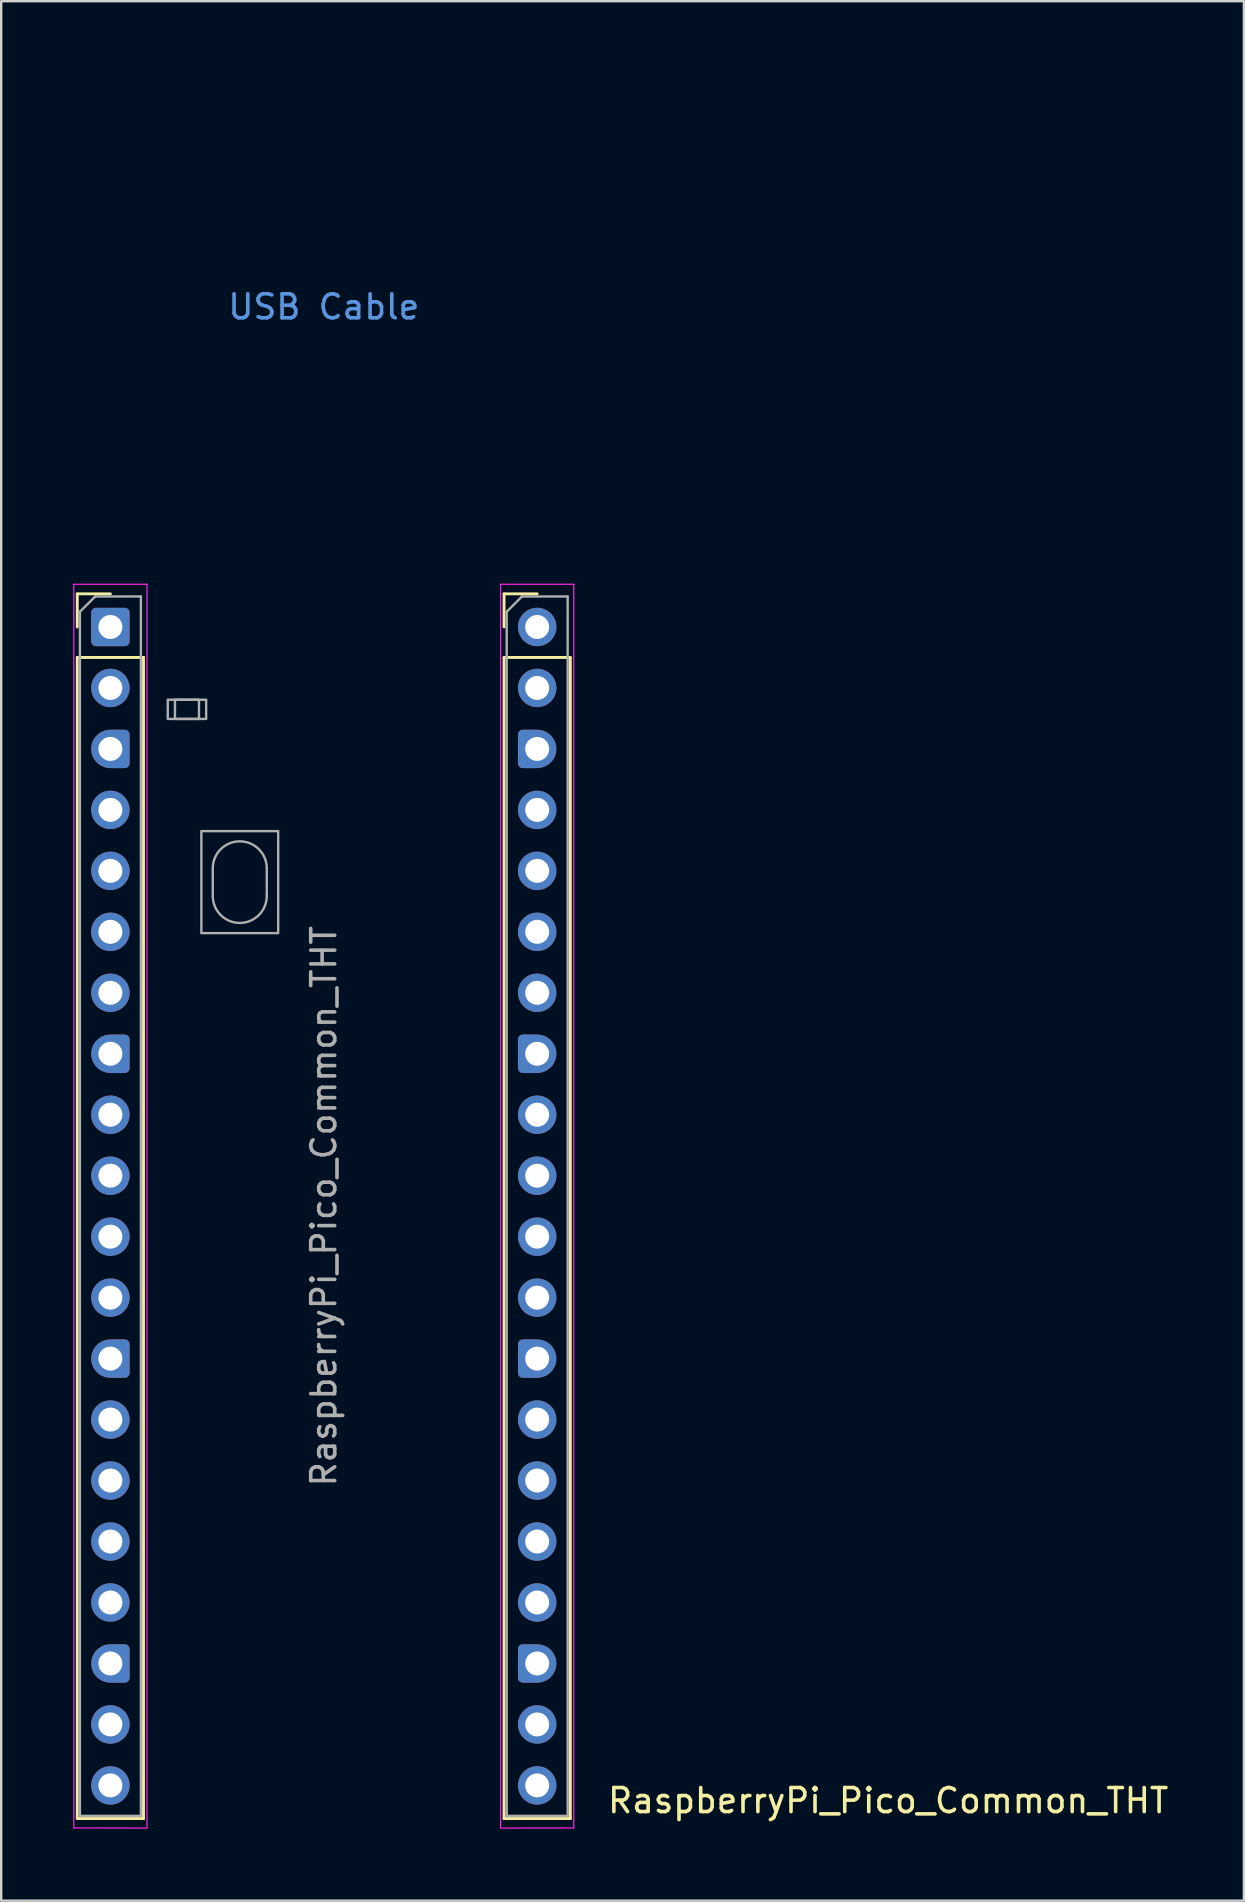
<source format=kicad_pcb>
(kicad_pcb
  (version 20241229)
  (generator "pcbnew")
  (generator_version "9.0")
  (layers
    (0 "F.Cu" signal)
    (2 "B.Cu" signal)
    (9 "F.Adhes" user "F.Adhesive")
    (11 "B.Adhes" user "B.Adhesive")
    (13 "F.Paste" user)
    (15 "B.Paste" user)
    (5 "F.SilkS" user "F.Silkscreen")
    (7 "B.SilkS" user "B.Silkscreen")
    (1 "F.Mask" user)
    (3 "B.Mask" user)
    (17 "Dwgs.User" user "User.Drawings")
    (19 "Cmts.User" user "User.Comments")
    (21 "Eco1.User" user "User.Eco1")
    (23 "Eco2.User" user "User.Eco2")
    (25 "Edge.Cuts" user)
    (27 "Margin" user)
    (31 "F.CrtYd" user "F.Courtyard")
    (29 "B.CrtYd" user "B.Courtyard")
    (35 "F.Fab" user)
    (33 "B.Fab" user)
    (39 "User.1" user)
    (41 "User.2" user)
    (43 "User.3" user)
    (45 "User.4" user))
  (footprint "RaspberryPi_Pico_Common_THT"
    (layer "F.Cu")
    (at 1.549 23.07)
    (property "Reference" "RaspberryPi_Pico_Common_THT" (at 20.637 48.895 0) (unlocked yes) (layer "F.SilkS") (effects (font (size 1 1) (thickness 0.15)) (justify left)))
    (attr through_hole exclude_from_pos_files exclude_from_bom)
    (fp_line (start -1.38 -1.38) (end 0 -1.38) (stroke (width 0.12) (type solid)) (layer "F.SilkS"))
    (fp_line (start -1.38 0) (end -1.38 -1.38) (stroke (width 0.12) (type solid)) (layer "F.SilkS"))
    (fp_line (start -1.38 1.27) (end -1.38 49.64) (stroke (width 0.12) (type solid)) (layer "F.SilkS"))
    (fp_line (start -1.38 1.27) (end 1.38 1.27) (stroke (width 0.12) (type solid)) (layer "F.SilkS"))
    (fp_line (start -1.38 49.64) (end 1.38 49.64) (stroke (width 0.12) (type solid)) (layer "F.SilkS"))
    (fp_line (start 1.38 1.27) (end 1.38 49.64) (stroke (width 0.12) (type solid)) (layer "F.SilkS"))
    (fp_line (start 16.4 -1.38) (end 17.78 -1.38) (stroke (width 0.12) (type solid)) (layer "F.SilkS"))
    (fp_line (start 16.4 0) (end 16.4 -1.38) (stroke (width 0.12) (type solid)) (layer "F.SilkS"))
    (fp_line (start 16.4 1.27) (end 16.4 49.64) (stroke (width 0.12) (type solid)) (layer "F.SilkS"))
    (fp_line (start 16.4 1.27) (end 19.16 1.27) (stroke (width 0.12) (type solid)) (layer "F.SilkS"))
    (fp_line (start 16.4 49.64) (end 19.16 49.64) (stroke (width 0.12) (type solid)) (layer "F.SilkS"))
    (fp_line (start 19.16 1.27) (end 19.16 49.64) (stroke (width 0.12) (type solid)) (layer "F.SilkS"))
    (fp_line (start -1.524 -1.778) (end -1.524 50.032) (stroke (width 0.05) (type solid)) (layer "F.CrtYd"))
    (fp_line (start -1.524 50.03) (end 1.524 50.038) (stroke (width 0.05) (type solid)) (layer "F.CrtYd"))
    (fp_line (start 1.524 -1.78) (end -1.524 -1.78) (stroke (width 0.05) (type solid)) (layer "F.CrtYd"))
    (fp_line (start 1.524 50.03) (end 1.524 -1.78) (stroke (width 0.05) (type solid)) (layer "F.CrtYd"))
    (fp_line (start 16.256 -1.78) (end 16.256 50.03) (stroke (width 0.05) (type solid)) (layer "F.CrtYd"))
    (fp_line (start 16.256 50.038) (end 19.304 50.032) (stroke (width 0.05) (type solid)) (layer "F.CrtYd"))
    (fp_line (start 19.304 -1.78) (end 16.256 -1.78) (stroke (width 0.05) (type solid)) (layer "F.CrtYd"))
    (fp_line (start 19.304 50.032) (end 19.304 -1.778) (stroke (width 0.05) (type solid)) (layer "F.CrtYd"))
    (fp_line (start -1.27 -0.635) (end -0.635 -1.27) (stroke (width 0.1) (type solid)) (layer "F.Fab"))
    (fp_line (start -1.27 49.53) (end -1.27 -0.635) (stroke (width 0.1) (type solid)) (layer "F.Fab"))
    (fp_line (start -0.635 -1.27) (end 1.27 -1.27) (stroke (width 0.1) (type solid)) (layer "F.Fab"))
    (fp_line (start 1.27 -1.27) (end 1.27 49.53) (stroke (width 0.1) (type solid)) (layer "F.Fab"))
    (fp_line (start 1.27 49.53) (end -1.27 49.53) (stroke (width 0.1) (type solid)) (layer "F.Fab"))
    (fp_line (start 4.265 10.055) (end 4.265 11.205) (stroke (width 0.1) (type solid)) (layer "F.Fab"))
    (fp_line (start 6.515 10.055) (end 6.515 11.205) (stroke (width 0.1) (type solid)) (layer "F.Fab"))
    (fp_line (start 16.51 -0.635) (end 17.145 -1.27) (stroke (width 0.1) (type solid)) (layer "F.Fab"))
    (fp_line (start 16.51 49.53) (end 16.51 -0.635) (stroke (width 0.1) (type solid)) (layer "F.Fab"))
    (fp_line (start 17.145 -1.27) (end 19.05 -1.27) (stroke (width 0.1) (type solid)) (layer "F.Fab"))
    (fp_line (start 19.05 -1.27) (end 19.05 49.53) (stroke (width 0.1) (type solid)) (layer "F.Fab"))
    (fp_line (start 19.05 49.53) (end 16.51 49.53) (stroke (width 0.1) (type solid)) (layer "F.Fab"))
    (fp_rect (start 2.39 3.03) (end 3.99 3.83) (stroke (width 0.1) (type solid)) (fill no) (layer "F.Fab"))
    (fp_rect (start 2.69 3.03) (end 3.69 3.83) (stroke (width 0.1) (type solid)) (fill no) (layer "F.Fab"))
    (fp_rect (start 3.79 8.505) (end 6.99 12.755) (stroke (width 0.1) (type solid)) (fill no) (layer "F.Fab"))
    (fp_arc (start 4.265 10.055) (mid 5.39 8.93) (end 6.515 10.055) (stroke (width 0.1) (type solid)) (layer "F.Fab"))
    (fp_arc (start 6.515 11.205) (mid 5.39 12.33) (end 4.265 11.205) (stroke (width 0.1) (type solid)) (layer "F.Fab"))
    (fp_text user "USB Cable" (at 8.89 -13.335 0) (unlocked yes) (layer "Cmts.User") (effects (font (size 1 1) (thickness 0.15))))
    (fp_text user "${REFERENCE}" (at 8.89 24.13 270) (layer "F.Fab") (effects (font (size 1 1) (thickness 0.15))))
    (pad "1" thru_hole roundrect (at 0 0) (size 1.6 1.6) (drill 1) (layers "*.Cu" "*.Mask") (roundrect_rratio 0.125))
    (pad "2" thru_hole circle (at 0 2.54) (size 1.6 1.6) (drill 1) (layers "*.Cu" "*.Mask"))
    (pad "3" thru_hole custom (at 0 5.08) (size 1.6 1.6) (drill 1) (layers "*.Cu" "*.Mask") (options (anchor circle)) (primitives (gr_poly (pts (xy 0.8 0.6) (xy 0.8 -0.6) (xy 0.6 -0.8) (xy 0 -0.8) (xy 0 0.8) (xy 0.6 0.8)) (width 0) (fill yes)) (gr_circle (center 0.6 0.6) (end 0.8 0.6) (width 0) (fill yes)) (gr_circle (center 0.6 -0.6) (end 0.8 -0.6) (width 0) (fill yes))))
    (pad "4" thru_hole circle (at 0 7.62) (size 1.6 1.6) (drill 1) (layers "*.Cu" "*.Mask"))
    (pad "5" thru_hole circle (at 0 10.16) (size 1.6 1.6) (drill 1) (layers "*.Cu" "*.Mask"))
    (pad "6" thru_hole circle (at 0 12.7) (size 1.6 1.6) (drill 1) (layers "*.Cu" "*.Mask"))
    (pad "7" thru_hole circle (at 0 15.24) (size 1.6 1.6) (drill 1) (layers "*.Cu" "*.Mask"))
    (pad "8" thru_hole custom (at 0 17.78) (size 1.6 1.6) (drill 1) (layers "*.Cu" "*.Mask") (options (anchor circle)) (primitives (gr_poly (pts (xy 0.8 0.6) (xy 0.8 -0.6) (xy 0.6 -0.8) (xy 0 -0.8) (xy 0 0.8) (xy 0.6 0.8)) (width 0) (fill yes)) (gr_circle (center 0.6 0.6) (end 0.8 0.6) (width 0) (fill yes)) (gr_circle (center 0.6 -0.6) (end 0.8 -0.6) (width 0) (fill yes))))
    (pad "9" thru_hole circle (at 0 20.32) (size 1.6 1.6) (drill 1) (layers "*.Cu" "*.Mask"))
    (pad "10" thru_hole circle (at 0 22.86) (size 1.6 1.6) (drill 1) (layers "*.Cu" "*.Mask"))
    (pad "11" thru_hole circle (at 0 25.4) (size 1.6 1.6) (drill 1) (layers "*.Cu" "*.Mask"))
    (pad "12" thru_hole circle (at 0 27.94) (size 1.6 1.6) (drill 1) (layers "*.Cu" "*.Mask"))
    (pad "13" thru_hole custom (at 0 30.48) (size 1.6 1.6) (drill 1) (layers "*.Cu" "*.Mask") (options (anchor circle)) (primitives (gr_poly (pts (xy 0.8 0.6) (xy 0.8 -0.6) (xy 0.6 -0.8) (xy 0 -0.8) (xy 0 0.8) (xy 0.6 0.8)) (width 0) (fill yes)) (gr_circle (center 0.6 0.6) (end 0.8 0.6) (width 0) (fill yes)) (gr_circle (center 0.6 -0.6) (end 0.8 -0.6) (width 0) (fill yes))))
    (pad "14" thru_hole circle (at 0 33.02) (size 1.6 1.6) (drill 1) (layers "*.Cu" "*.Mask"))
    (pad "15" thru_hole circle (at 0 35.56) (size 1.6 1.6) (drill 1) (layers "*.Cu" "*.Mask"))
    (pad "16" thru_hole circle (at 0 38.1) (size 1.6 1.6) (drill 1) (layers "*.Cu" "*.Mask"))
    (pad "17" thru_hole circle (at 0 40.64) (size 1.6 1.6) (drill 1) (layers "*.Cu" "*.Mask"))
    (pad "18" thru_hole custom (at 0 43.18) (size 1.6 1.6) (drill 1) (layers "*.Cu" "*.Mask") (options (anchor circle)) (primitives (gr_poly (pts (xy 0.8 0.6) (xy 0.8 -0.6) (xy 0.6 -0.8) (xy 0 -0.8) (xy 0 0.8) (xy 0.6 0.8)) (width 0) (fill yes)) (gr_circle (center 0.6 0.6) (end 0.8 0.6) (width 0) (fill yes)) (gr_circle (center 0.6 -0.6) (end 0.8 -0.6) (width 0) (fill yes))))
    (pad "19" thru_hole circle (at 0 45.72) (size 1.6 1.6) (drill 1) (layers "*.Cu" "*.Mask"))
    (pad "20" thru_hole circle (at 0 48.26) (size 1.6 1.6) (drill 1) (layers "*.Cu" "*.Mask"))
    (pad "21" thru_hole circle (at 17.78 48.26) (size 1.6 1.6) (drill 1) (layers "*.Cu" "*.Mask"))
    (pad "22" thru_hole circle (at 17.78 45.72) (size 1.6 1.6) (drill 1) (layers "*.Cu" "*.Mask"))
    (pad "23" thru_hole custom (at 17.78 43.18) (size 1.6 1.6) (drill 1) (layers "*.Cu" "*.Mask") (options (anchor circle)) (primitives (gr_poly (pts (xy -0.8 0.6) (xy -0.8 -0.6) (xy -0.6 -0.8) (xy 0 -0.8) (xy 0 0.8) (xy -0.6 0.8)) (width 0) (fill yes)) (gr_circle (center -0.6 0.6) (end -0.4 0.6) (width 0) (fill yes)) (gr_circle (center -0.6 -0.6) (end -0.4 -0.6) (width 0) (fill yes))))
    (pad "24" thru_hole circle (at 17.78 40.64) (size 1.6 1.6) (drill 1) (layers "*.Cu" "*.Mask"))
    (pad "25" thru_hole circle (at 17.78 38.1) (size 1.6 1.6) (drill 1) (layers "*.Cu" "*.Mask"))
    (pad "26" thru_hole circle (at 17.78 35.56) (size 1.6 1.6) (drill 1) (layers "*.Cu" "*.Mask"))
    (pad "27" thru_hole circle (at 17.78 33.02) (size 1.6 1.6) (drill 1) (layers "*.Cu" "*.Mask"))
    (pad "28" thru_hole custom (at 17.78 30.48) (size 1.6 1.6) (drill 1) (layers "*.Cu" "*.Mask") (options (anchor circle)) (primitives (gr_poly (pts (xy -0.8 0.6) (xy -0.8 -0.6) (xy -0.6 -0.8) (xy 0 -0.8) (xy 0 0.8) (xy -0.6 0.8)) (width 0) (fill yes)) (gr_circle (center -0.6 0.6) (end -0.4 0.6) (width 0) (fill yes)) (gr_circle (center -0.6 -0.6) (end -0.4 -0.6) (width 0) (fill yes))))
    (pad "29" thru_hole circle (at 17.78 27.94) (size 1.6 1.6) (drill 1) (layers "*.Cu" "*.Mask"))
    (pad "30" thru_hole circle (at 17.78 25.4) (size 1.6 1.6) (drill 1) (layers "*.Cu" "*.Mask"))
    (pad "31" thru_hole circle (at 17.78 22.86) (size 1.6 1.6) (drill 1) (layers "*.Cu" "*.Mask"))
    (pad "32" thru_hole circle (at 17.78 20.32) (size 1.6 1.6) (drill 1) (layers "*.Cu" "*.Mask"))
    (pad "33" thru_hole custom (at 17.78 17.78) (size 1.6 1.6) (drill 1) (layers "*.Cu" "*.Mask") (options (anchor circle)) (primitives (gr_poly (pts (xy -0.8 0.6) (xy -0.8 -0.6) (xy -0.6 -0.8) (xy 0 -0.8) (xy 0 0.8) (xy -0.6 0.8)) (width 0) (fill yes)) (gr_circle (center -0.6 0.6) (end -0.4 0.6) (width 0) (fill yes)) (gr_circle (center -0.6 -0.6) (end -0.4 -0.6) (width 0) (fill yes))))
    (pad "34" thru_hole circle (at 17.78 15.24) (size 1.6 1.6) (drill 1) (layers "*.Cu" "*.Mask"))
    (pad "35" thru_hole circle (at 17.78 12.7) (size 1.6 1.6) (drill 1) (layers "*.Cu" "*.Mask"))
    (pad "36" thru_hole circle (at 17.78 10.16) (size 1.6 1.6) (drill 1) (layers "*.Cu" "*.Mask"))
    (pad "37" thru_hole circle (at 17.78 7.62) (size 1.6 1.6) (drill 1) (layers "*.Cu" "*.Mask"))
    (pad "38" thru_hole custom (at 17.78 5.08) (size 1.6 1.6) (drill 1) (layers "*.Cu" "*.Mask") (options (anchor circle)) (primitives (gr_poly (pts (xy -0.8 0.6) (xy -0.8 -0.6) (xy -0.6 -0.8) (xy 0 -0.8) (xy 0 0.8) (xy -0.6 0.8)) (width 0) (fill yes)) (gr_circle (center -0.6 0.6) (end -0.4 0.6) (width 0) (fill yes)) (gr_circle (center -0.6 -0.6) (end -0.4 -0.6) (width 0) (fill yes))))
    (pad "39" thru_hole circle (at 17.78 2.54) (size 1.6 1.6) (drill 1) (layers "*.Cu" "*.Mask"))
    (pad "40" thru_hole circle (at 17.78 0) (size 1.6 1.6) (drill 1) (layers "*.Cu" "*.Mask"))
    (zone (net_name "") (layer "F.CrtYd") (name "USB Cable") (hatch edge 0.5) (connect_pads) (min_thickness 0.254) (filled_areas_thickness no) (keepout (tracks allowed) (vias allowed) (pads allowed) (copperpour allowed) (footprints allowed)) (placement (enabled no)) (fill) (polygon (pts (xy 4.689 19.5) (xy 6.499 19.5) (xy 6.499 19.9) (xy 14.379 19.9) (xy 14.379 19.5) (xy 16.189 19.5) (xy 16.189 0) (xy 4.689 0)))))
  (gr_rect
    (start -3 -3)
    (end 48.77 76.133)
    (stroke (width 0.1) (type default))
    (fill no)
    (layer "Edge.Cuts")))
</source>
